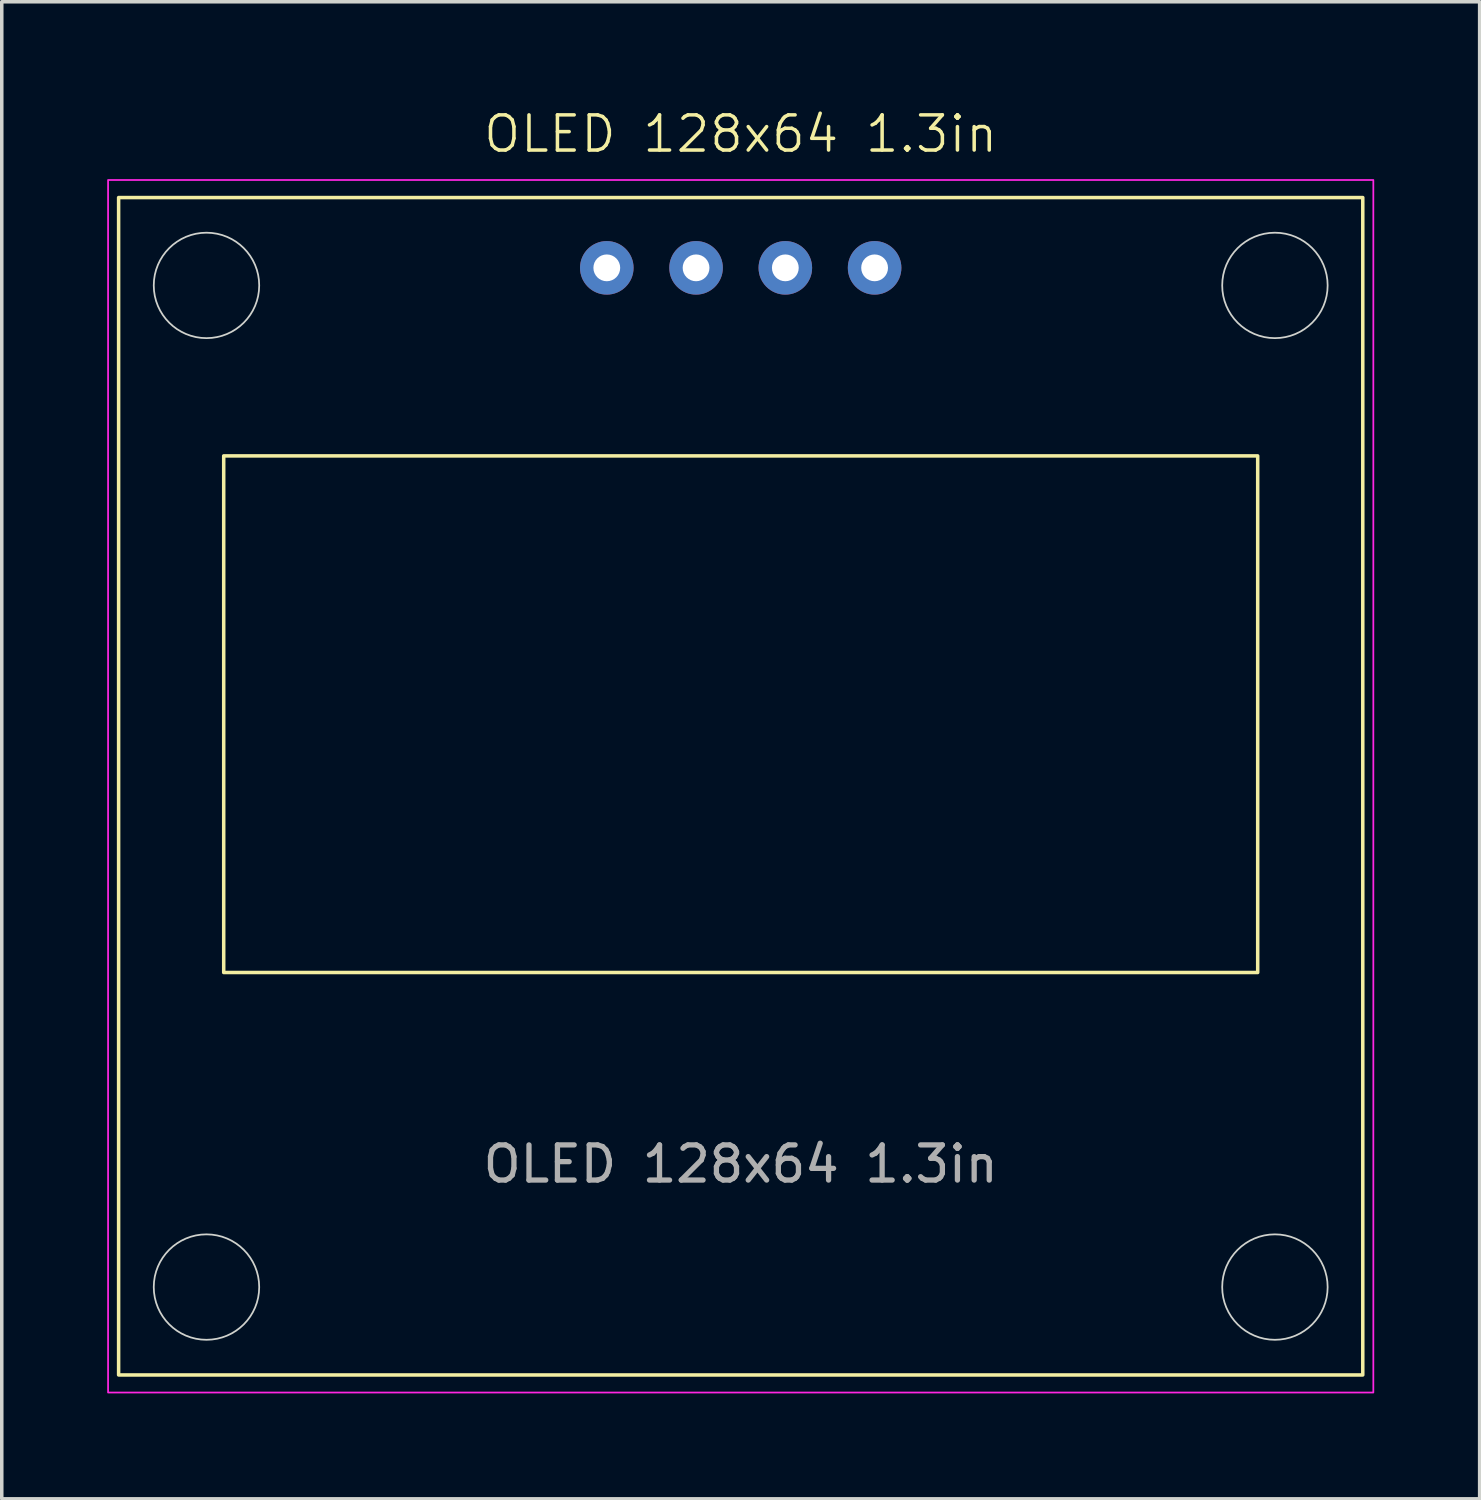
<source format=kicad_pcb>
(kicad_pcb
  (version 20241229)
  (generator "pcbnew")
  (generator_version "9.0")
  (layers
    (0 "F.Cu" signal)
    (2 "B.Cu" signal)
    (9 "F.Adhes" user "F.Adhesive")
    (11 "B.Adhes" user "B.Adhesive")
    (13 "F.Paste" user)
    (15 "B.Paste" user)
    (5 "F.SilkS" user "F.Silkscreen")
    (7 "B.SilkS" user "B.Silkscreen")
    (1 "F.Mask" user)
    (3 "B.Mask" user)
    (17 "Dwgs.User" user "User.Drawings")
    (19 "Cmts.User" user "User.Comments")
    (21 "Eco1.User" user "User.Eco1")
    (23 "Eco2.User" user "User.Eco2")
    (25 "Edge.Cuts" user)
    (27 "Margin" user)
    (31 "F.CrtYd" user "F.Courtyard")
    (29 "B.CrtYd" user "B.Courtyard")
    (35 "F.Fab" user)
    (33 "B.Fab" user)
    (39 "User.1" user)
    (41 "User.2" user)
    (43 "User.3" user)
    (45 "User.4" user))
  (footprint "OLED 128x64 1.3in"
    (layer "F.Cu")
    (at 18.025 4.571)
    (property "Reference" "OLED 128x64 1.3in" (at 0 -3.81 0) (unlocked yes) (layer "F.SilkS") (effects (font (size 1 1) (thickness 0.1))))
    (attr through_hole)
    (fp_rect (start -17.7 -2) (end 17.7 31.5) (stroke (width 0.1) (type default)) (fill no) (layer "F.SilkS"))
    (fp_rect (start -14.71 5.35) (end 14.71 20.05) (stroke (width 0.1) (type solid)) (fill no) (layer "F.SilkS"))
    (fp_circle (center -15.2 0.5) (end -13.7 0.5) (stroke (width 0.05) (type default)) (fill no) (layer "Edge.Cuts"))
    (fp_circle (center -15.2 29) (end -13.7 29) (stroke (width 0.05) (type default)) (fill no) (layer "Edge.Cuts"))
    (fp_circle (center 15.2 0.5) (end 16.7 0.5) (stroke (width 0.05) (type default)) (fill no) (layer "Edge.Cuts"))
    (fp_circle (center 15.2 29) (end 16.7 29) (stroke (width 0.05) (type default)) (fill no) (layer "Edge.Cuts"))
    (fp_rect (start -18 -2.5) (end 18 32) (stroke (width 0.05) (type default)) (fill no) (layer "F.CrtYd"))
    (fp_text user "${REFERENCE}" (at 0 25.5 0) (unlocked yes) (layer "F.Fab") (effects (font (size 1 1) (thickness 0.15))))
    (pad "1" thru_hole circle (at -3.81 0) (size 1.524 1.524) (drill 0.762) (layers "*.Cu" "*.Mask"))
    (pad "2" thru_hole circle (at -1.27 0) (size 1.524 1.524) (drill 0.762) (layers "*.Cu" "*.Mask"))
    (pad "3" thru_hole circle (at 1.27 0) (size 1.524 1.524) (drill 0.762) (layers "*.Cu" "*.Mask"))
    (pad "4" thru_hole circle (at 3.81 0) (size 1.524 1.524) (drill 0.762) (layers "*.Cu" "*.Mask")))
  (gr_rect
    (start -3 -3)
    (end 39.05 39.596)
    (stroke (width 0.1) (type default))
    (fill no)
    (layer "Edge.Cuts")))
</source>
